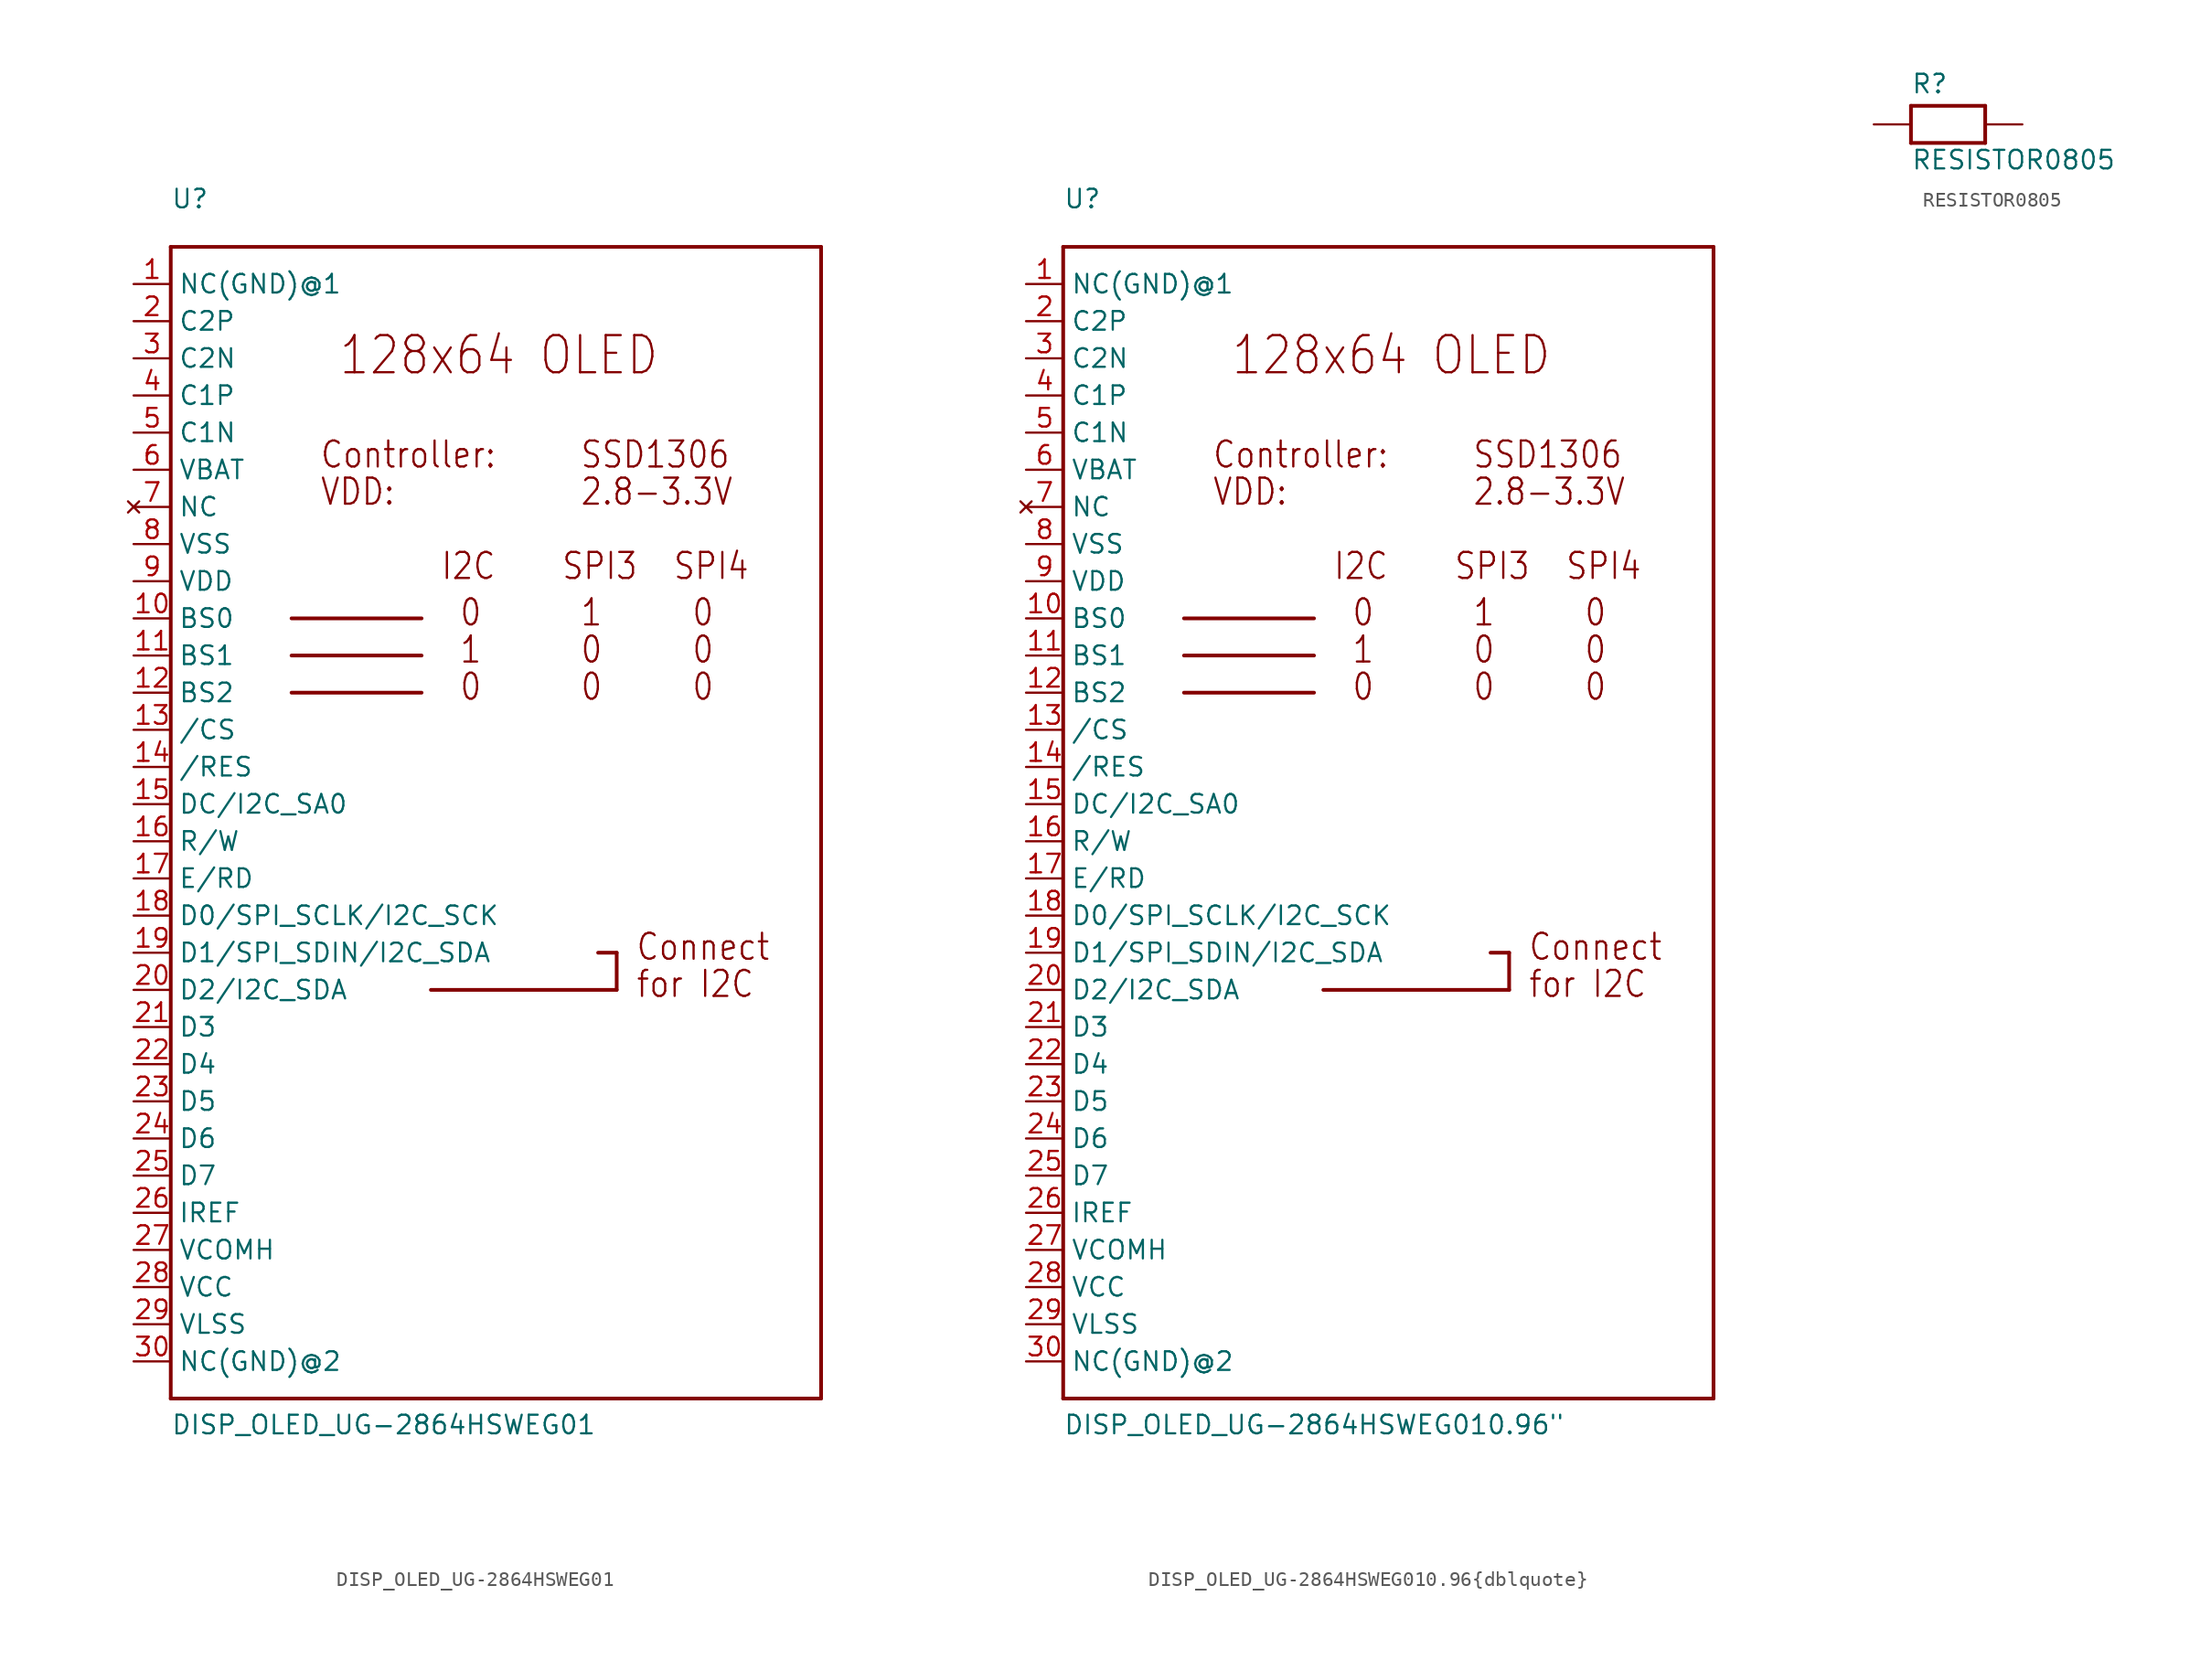
<source format=kicad_sym>
(kicad_symbol_lib
  (version 20211014)
  (generator kicad_symbol_editor)
  (symbol "DISP_OLED_UG-2864HSWEG01"
    (property "Reference" "U"
      (at -22.86 40.64 0)
      (effects (font (size 1.27 1.27)) (justify left bottom)))
    (property "Value" "DISP_OLED_UG-2864HSWEG01"
      (at -22.86 -43.18 0)
      (effects (font (size 1.27 1.27)) (justify left bottom)))
    (property "ki_locked" ""
      (at 0 0 0)
      (effects (font (size 1.27 1.27))))
    (symbol "DISP_OLED_UG-2864HSWEG01_1_0"
      (polyline (pts (xy -22.86 -40.64) (xy -22.86 38.1)) (stroke (width 0.254) (type default) (color 0 0 0 0)) (fill (type none)))
      (polyline (pts (xy -22.86 38.1) (xy 21.59 38.1)) (stroke (width 0.254) (type default) (color 0 0 0 0)) (fill (type none)))
      (polyline (pts (xy -14.605 7.62) (xy -5.715 7.62)) (stroke (width 0.254) (type default) (color 0 0 0 0)) (fill (type none)))
      (polyline (pts (xy -14.605 10.16) (xy -5.715 10.16)) (stroke (width 0.254) (type default) (color 0 0 0 0)) (fill (type none)))
      (polyline (pts (xy -14.605 12.7) (xy -5.715 12.7)) (stroke (width 0.254) (type default) (color 0 0 0 0)) (fill (type none)))
      (polyline (pts (xy 6.35 -10.16) (xy 7.62 -10.16)) (stroke (width 0.254) (type default) (color 0 0 0 0)) (fill (type none)))
      (polyline (pts (xy 7.62 -12.7) (xy -5.08 -12.7)) (stroke (width 0.254) (type default) (color 0 0 0 0)) (fill (type none)))
      (polyline (pts (xy 7.62 -10.16) (xy 7.62 -12.7)) (stroke (width 0.254) (type default) (color 0 0 0 0)) (fill (type none)))
      (polyline (pts (xy 21.59 -40.64) (xy -22.86 -40.64)) (stroke (width 0.254) (type default) (color 0 0 0 0)) (fill (type none)))
      (polyline (pts (xy 21.59 38.1) (xy 21.59 -40.64)) (stroke (width 0.254) (type default) (color 0 0 0 0)) (fill (type none)))
      (text "0" (at -3.175 6.985 0) (effects (font (size 1.778 1.511)) (justify left bottom)))
      (text "0" (at -3.175 12.065 0) (effects (font (size 1.778 1.511)) (justify left bottom)))
      (text "0" (at 5.08 6.985 0) (effects (font (size 1.778 1.511)) (justify left bottom)))
      (text "0" (at 5.08 9.525 0) (effects (font (size 1.778 1.511)) (justify left bottom)))
      (text "0" (at 12.7 6.985 0) (effects (font (size 1.778 1.511)) (justify left bottom)))
      (text "0" (at 12.7 9.525 0) (effects (font (size 1.778 1.511)) (justify left bottom)))
      (text "0" (at 12.7 12.065 0) (effects (font (size 1.778 1.511)) (justify left bottom)))
      (text "1" (at -3.175 9.525 0) (effects (font (size 1.778 1.511)) (justify left bottom)))
      (text "1" (at 5.08 12.065 0) (effects (font (size 1.778 1.511)) (justify left bottom)))
      (text "128x64 OLED" (at -11.43 29.21 0) (effects (font (size 2.54 2.159)) (justify left bottom)))
      (text "2.8-3.3V" (at 5.08 20.32 0) (effects (font (size 1.778 1.511)) (justify left bottom)))
      (text "Connect" (at 8.89 -10.795 0) (effects (font (size 1.778 1.511)) (justify left bottom)))
      (text "Controller:" (at -12.7 22.86 0) (effects (font (size 1.778 1.511)) (justify left bottom)))
      (text "for I2C" (at 8.89 -13.335 0) (effects (font (size 1.778 1.511)) (justify left bottom)))
      (text "I2C" (at -4.445 15.24 0) (effects (font (size 1.778 1.511)) (justify left bottom)))
      (text "SPI3" (at 3.81 15.24 0) (effects (font (size 1.778 1.511)) (justify left bottom)))
      (text "SPI4" (at 11.43 15.24 0) (effects (font (size 1.778 1.511)) (justify left bottom)))
      (text "SSD1306" (at 5.08 22.86 0) (effects (font (size 1.778 1.511)) (justify left bottom)))
      (text "VDD:" (at -12.7 20.32 0) (effects (font (size 1.778 1.511)) (justify left bottom)))
      (pin input line (at -25.4 35.56 0) (length 2.54) (name "NC(GND)@1" (effects (font (size 1.27 1.27)))) (number "1" (effects (font (size 1.27 1.27)))))
      (pin input line (at -25.4 12.7 0) (length 2.54) (name "BS0" (effects (font (size 1.27 1.27)))) (number "10" (effects (font (size 1.27 1.27)))))
      (pin input line (at -25.4 10.16 0) (length 2.54) (name "BS1" (effects (font (size 1.27 1.27)))) (number "11" (effects (font (size 1.27 1.27)))))
      (pin input line (at -25.4 7.62 0) (length 2.54) (name "BS2" (effects (font (size 1.27 1.27)))) (number "12" (effects (font (size 1.27 1.27)))))
      (pin input line (at -25.4 5.08 0) (length 2.54) (name "/CS" (effects (font (size 1.27 1.27)))) (number "13" (effects (font (size 1.27 1.27)))))
      (pin input line (at -25.4 2.54 0) (length 2.54) (name "/RES" (effects (font (size 1.27 1.27)))) (number "14" (effects (font (size 1.27 1.27)))))
      (pin input line (at -25.4 0 0) (length 2.54) (name "DC/I2C_SA0" (effects (font (size 1.27 1.27)))) (number "15" (effects (font (size 1.27 1.27)))))
      (pin input line (at -25.4 -2.54 0) (length 2.54) (name "R/W" (effects (font (size 1.27 1.27)))) (number "16" (effects (font (size 1.27 1.27)))))
      (pin input line (at -25.4 -5.08 0) (length 2.54) (name "E/RD" (effects (font (size 1.27 1.27)))) (number "17" (effects (font (size 1.27 1.27)))))
      (pin bidirectional line (at -25.4 -7.62 0) (length 2.54) (name "D0/SPI_SCLK/I2C_SCK" (effects (font (size 1.27 1.27)))) (number "18" (effects (font (size 1.27 1.27)))))
      (pin bidirectional line (at -25.4 -10.16 0) (length 2.54) (name "D1/SPI_SDIN/I2C_SDA" (effects (font (size 1.27 1.27)))) (number "19" (effects (font (size 1.27 1.27)))))
      (pin input line (at -25.4 33.02 0) (length 2.54) (name "C2P" (effects (font (size 1.27 1.27)))) (number "2" (effects (font (size 1.27 1.27)))))
      (pin bidirectional line (at -25.4 -12.7 0) (length 2.54) (name "D2/I2C_SDA" (effects (font (size 1.27 1.27)))) (number "20" (effects (font (size 1.27 1.27)))))
      (pin bidirectional line (at -25.4 -15.24 0) (length 2.54) (name "D3" (effects (font (size 1.27 1.27)))) (number "21" (effects (font (size 1.27 1.27)))))
      (pin bidirectional line (at -25.4 -17.78 0) (length 2.54) (name "D4" (effects (font (size 1.27 1.27)))) (number "22" (effects (font (size 1.27 1.27)))))
      (pin bidirectional line (at -25.4 -20.32 0) (length 2.54) (name "D5" (effects (font (size 1.27 1.27)))) (number "23" (effects (font (size 1.27 1.27)))))
      (pin bidirectional line (at -25.4 -22.86 0) (length 2.54) (name "D6" (effects (font (size 1.27 1.27)))) (number "24" (effects (font (size 1.27 1.27)))))
      (pin bidirectional line (at -25.4 -25.4 0) (length 2.54) (name "D7" (effects (font (size 1.27 1.27)))) (number "25" (effects (font (size 1.27 1.27)))))
      (pin input line (at -25.4 -27.94 0) (length 2.54) (name "IREF" (effects (font (size 1.27 1.27)))) (number "26" (effects (font (size 1.27 1.27)))))
      (pin output line (at -25.4 -30.48 0) (length 2.54) (name "VCOMH" (effects (font (size 1.27 1.27)))) (number "27" (effects (font (size 1.27 1.27)))))
      (pin power_in line (at -25.4 -33.02 0) (length 2.54) (name "VCC" (effects (font (size 1.27 1.27)))) (number "28" (effects (font (size 1.27 1.27)))))
      (pin power_in line (at -25.4 -35.56 0) (length 2.54) (name "VLSS" (effects (font (size 1.27 1.27)))) (number "29" (effects (font (size 1.27 1.27)))))
      (pin input line (at -25.4 30.48 0) (length 2.54) (name "C2N" (effects (font (size 1.27 1.27)))) (number "3" (effects (font (size 1.27 1.27)))))
      (pin input line (at -25.4 -38.1 0) (length 2.54) (name "NC(GND)@2" (effects (font (size 1.27 1.27)))) (number "30" (effects (font (size 1.27 1.27)))))
      (pin input line (at -25.4 27.94 0) (length 2.54) (name "C1P" (effects (font (size 1.27 1.27)))) (number "4" (effects (font (size 1.27 1.27)))))
      (pin input line (at -25.4 25.4 0) (length 2.54) (name "C1N" (effects (font (size 1.27 1.27)))) (number "5" (effects (font (size 1.27 1.27)))))
      (pin input line (at -25.4 22.86 0) (length 2.54) (name "VBAT" (effects (font (size 1.27 1.27)))) (number "6" (effects (font (size 1.27 1.27)))))
      (pin no_connect line (at -25.4 20.32 0) (length 2.54) (name "NC" (effects (font (size 1.27 1.27)))) (number "7" (effects (font (size 1.27 1.27)))))
      (pin power_in line (at -25.4 17.78 0) (length 2.54) (name "VSS" (effects (font (size 1.27 1.27)))) (number "8" (effects (font (size 1.27 1.27)))))
      (pin power_in line (at -25.4 15.24 0) (length 2.54) (name "VDD" (effects (font (size 1.27 1.27)))) (number "9" (effects (font (size 1.27 1.27)))))))
  (symbol "DISP_OLED_UG-2864HSWEG010.96{dblquote}"
    (property "Reference" "U"
      (at -22.86 40.64 0)
      (effects (font (size 1.27 1.27)) (justify left bottom)))
    (property "Value" "DISP_OLED_UG-2864HSWEG010.96{dblquote}"
      (at -22.86 -43.18 0)
      (effects (font (size 1.27 1.27)) (justify left bottom)))
    (property "ki_locked" ""
      (at 0 0 0)
      (effects (font (size 1.27 1.27))))
    (symbol "DISP_OLED_UG-2864HSWEG010.96{dblquote}_1_0"
      (polyline (pts (xy -22.86 -40.64) (xy -22.86 38.1)) (stroke (width 0.254) (type default) (color 0 0 0 0)) (fill (type none)))
      (polyline (pts (xy -22.86 38.1) (xy 21.59 38.1)) (stroke (width 0.254) (type default) (color 0 0 0 0)) (fill (type none)))
      (polyline (pts (xy -14.605 7.62) (xy -5.715 7.62)) (stroke (width 0.254) (type default) (color 0 0 0 0)) (fill (type none)))
      (polyline (pts (xy -14.605 10.16) (xy -5.715 10.16)) (stroke (width 0.254) (type default) (color 0 0 0 0)) (fill (type none)))
      (polyline (pts (xy -14.605 12.7) (xy -5.715 12.7)) (stroke (width 0.254) (type default) (color 0 0 0 0)) (fill (type none)))
      (polyline (pts (xy 6.35 -10.16) (xy 7.62 -10.16)) (stroke (width 0.254) (type default) (color 0 0 0 0)) (fill (type none)))
      (polyline (pts (xy 7.62 -12.7) (xy -5.08 -12.7)) (stroke (width 0.254) (type default) (color 0 0 0 0)) (fill (type none)))
      (polyline (pts (xy 7.62 -10.16) (xy 7.62 -12.7)) (stroke (width 0.254) (type default) (color 0 0 0 0)) (fill (type none)))
      (polyline (pts (xy 21.59 -40.64) (xy -22.86 -40.64)) (stroke (width 0.254) (type default) (color 0 0 0 0)) (fill (type none)))
      (polyline (pts (xy 21.59 38.1) (xy 21.59 -40.64)) (stroke (width 0.254) (type default) (color 0 0 0 0)) (fill (type none)))
      (text "0" (at -3.175 6.985 0) (effects (font (size 1.778 1.511)) (justify left bottom)))
      (text "0" (at -3.175 12.065 0) (effects (font (size 1.778 1.511)) (justify left bottom)))
      (text "0" (at 5.08 6.985 0) (effects (font (size 1.778 1.511)) (justify left bottom)))
      (text "0" (at 5.08 9.525 0) (effects (font (size 1.778 1.511)) (justify left bottom)))
      (text "0" (at 12.7 6.985 0) (effects (font (size 1.778 1.511)) (justify left bottom)))
      (text "0" (at 12.7 9.525 0) (effects (font (size 1.778 1.511)) (justify left bottom)))
      (text "0" (at 12.7 12.065 0) (effects (font (size 1.778 1.511)) (justify left bottom)))
      (text "1" (at -3.175 9.525 0) (effects (font (size 1.778 1.511)) (justify left bottom)))
      (text "1" (at 5.08 12.065 0) (effects (font (size 1.778 1.511)) (justify left bottom)))
      (text "128x64 OLED" (at -11.43 29.21 0) (effects (font (size 2.54 2.159)) (justify left bottom)))
      (text "2.8-3.3V" (at 5.08 20.32 0) (effects (font (size 1.778 1.511)) (justify left bottom)))
      (text "Connect" (at 8.89 -10.795 0) (effects (font (size 1.778 1.511)) (justify left bottom)))
      (text "Controller:" (at -12.7 22.86 0) (effects (font (size 1.778 1.511)) (justify left bottom)))
      (text "for I2C" (at 8.89 -13.335 0) (effects (font (size 1.778 1.511)) (justify left bottom)))
      (text "I2C" (at -4.445 15.24 0) (effects (font (size 1.778 1.511)) (justify left bottom)))
      (text "SPI3" (at 3.81 15.24 0) (effects (font (size 1.778 1.511)) (justify left bottom)))
      (text "SPI4" (at 11.43 15.24 0) (effects (font (size 1.778 1.511)) (justify left bottom)))
      (text "SSD1306" (at 5.08 22.86 0) (effects (font (size 1.778 1.511)) (justify left bottom)))
      (text "VDD:" (at -12.7 20.32 0) (effects (font (size 1.778 1.511)) (justify left bottom)))
      (pin input line (at -25.4 35.56 0) (length 2.54) (name "NC(GND)@1" (effects (font (size 1.27 1.27)))) (number "1" (effects (font (size 1.27 1.27)))))
      (pin input line (at -25.4 12.7 0) (length 2.54) (name "BS0" (effects (font (size 1.27 1.27)))) (number "10" (effects (font (size 1.27 1.27)))))
      (pin input line (at -25.4 10.16 0) (length 2.54) (name "BS1" (effects (font (size 1.27 1.27)))) (number "11" (effects (font (size 1.27 1.27)))))
      (pin input line (at -25.4 7.62 0) (length 2.54) (name "BS2" (effects (font (size 1.27 1.27)))) (number "12" (effects (font (size 1.27 1.27)))))
      (pin input line (at -25.4 5.08 0) (length 2.54) (name "/CS" (effects (font (size 1.27 1.27)))) (number "13" (effects (font (size 1.27 1.27)))))
      (pin input line (at -25.4 2.54 0) (length 2.54) (name "/RES" (effects (font (size 1.27 1.27)))) (number "14" (effects (font (size 1.27 1.27)))))
      (pin input line (at -25.4 0 0) (length 2.54) (name "DC/I2C_SA0" (effects (font (size 1.27 1.27)))) (number "15" (effects (font (size 1.27 1.27)))))
      (pin input line (at -25.4 -2.54 0) (length 2.54) (name "R/W" (effects (font (size 1.27 1.27)))) (number "16" (effects (font (size 1.27 1.27)))))
      (pin input line (at -25.4 -5.08 0) (length 2.54) (name "E/RD" (effects (font (size 1.27 1.27)))) (number "17" (effects (font (size 1.27 1.27)))))
      (pin bidirectional line (at -25.4 -7.62 0) (length 2.54) (name "D0/SPI_SCLK/I2C_SCK" (effects (font (size 1.27 1.27)))) (number "18" (effects (font (size 1.27 1.27)))))
      (pin bidirectional line (at -25.4 -10.16 0) (length 2.54) (name "D1/SPI_SDIN/I2C_SDA" (effects (font (size 1.27 1.27)))) (number "19" (effects (font (size 1.27 1.27)))))
      (pin input line (at -25.4 33.02 0) (length 2.54) (name "C2P" (effects (font (size 1.27 1.27)))) (number "2" (effects (font (size 1.27 1.27)))))
      (pin bidirectional line (at -25.4 -12.7 0) (length 2.54) (name "D2/I2C_SDA" (effects (font (size 1.27 1.27)))) (number "20" (effects (font (size 1.27 1.27)))))
      (pin bidirectional line (at -25.4 -15.24 0) (length 2.54) (name "D3" (effects (font (size 1.27 1.27)))) (number "21" (effects (font (size 1.27 1.27)))))
      (pin bidirectional line (at -25.4 -17.78 0) (length 2.54) (name "D4" (effects (font (size 1.27 1.27)))) (number "22" (effects (font (size 1.27 1.27)))))
      (pin bidirectional line (at -25.4 -20.32 0) (length 2.54) (name "D5" (effects (font (size 1.27 1.27)))) (number "23" (effects (font (size 1.27 1.27)))))
      (pin bidirectional line (at -25.4 -22.86 0) (length 2.54) (name "D6" (effects (font (size 1.27 1.27)))) (number "24" (effects (font (size 1.27 1.27)))))
      (pin bidirectional line (at -25.4 -25.4 0) (length 2.54) (name "D7" (effects (font (size 1.27 1.27)))) (number "25" (effects (font (size 1.27 1.27)))))
      (pin input line (at -25.4 -27.94 0) (length 2.54) (name "IREF" (effects (font (size 1.27 1.27)))) (number "26" (effects (font (size 1.27 1.27)))))
      (pin output line (at -25.4 -30.48 0) (length 2.54) (name "VCOMH" (effects (font (size 1.27 1.27)))) (number "27" (effects (font (size 1.27 1.27)))))
      (pin power_in line (at -25.4 -33.02 0) (length 2.54) (name "VCC" (effects (font (size 1.27 1.27)))) (number "28" (effects (font (size 1.27 1.27)))))
      (pin power_in line (at -25.4 -35.56 0) (length 2.54) (name "VLSS" (effects (font (size 1.27 1.27)))) (number "29" (effects (font (size 1.27 1.27)))))
      (pin input line (at -25.4 30.48 0) (length 2.54) (name "C2N" (effects (font (size 1.27 1.27)))) (number "3" (effects (font (size 1.27 1.27)))))
      (pin input line (at -25.4 -38.1 0) (length 2.54) (name "NC(GND)@2" (effects (font (size 1.27 1.27)))) (number "30" (effects (font (size 1.27 1.27)))))
      (pin input line (at -25.4 27.94 0) (length 2.54) (name "C1P" (effects (font (size 1.27 1.27)))) (number "4" (effects (font (size 1.27 1.27)))))
      (pin input line (at -25.4 25.4 0) (length 2.54) (name "C1N" (effects (font (size 1.27 1.27)))) (number "5" (effects (font (size 1.27 1.27)))))
      (pin input line (at -25.4 22.86 0) (length 2.54) (name "VBAT" (effects (font (size 1.27 1.27)))) (number "6" (effects (font (size 1.27 1.27)))))
      (pin no_connect line (at -25.4 20.32 0) (length 2.54) (name "NC" (effects (font (size 1.27 1.27)))) (number "7" (effects (font (size 1.27 1.27)))))
      (pin power_in line (at -25.4 17.78 0) (length 2.54) (name "VSS" (effects (font (size 1.27 1.27)))) (number "8" (effects (font (size 1.27 1.27)))))
      (pin power_in line (at -25.4 15.24 0) (length 2.54) (name "VDD" (effects (font (size 1.27 1.27)))) (number "9" (effects (font (size 1.27 1.27)))))))
  (symbol "RESISTOR0805"
    (property "Reference" "R"
      (at -2.54 2.032 0)
      (effects (font (size 1.27 1.27)) (justify left bottom)))
    (property "Value" "RESISTOR0805"
      (at -2.54 -3.175 0)
      (effects (font (size 1.27 1.27)) (justify left bottom)))
    (property "ki_locked" ""
      (at 0 0 0)
      (effects (font (size 1.27 1.27))))
    (symbol "RESISTOR0805_1_0"
      (polyline (pts (xy -2.54 -1.27) (xy -2.54 1.27)) (stroke (width 0.254) (type default) (color 0 0 0 0)) (fill (type none)))
      (polyline (pts (xy -2.54 1.27) (xy 2.54 1.27)) (stroke (width 0.254) (type default) (color 0 0 0 0)) (fill (type none)))
      (polyline (pts (xy 2.54 -1.27) (xy -2.54 -1.27)) (stroke (width 0.254) (type default) (color 0 0 0 0)) (fill (type none)))
      (polyline (pts (xy 2.54 1.27) (xy 2.54 -1.27)) (stroke (width 0.254) (type default) (color 0 0 0 0)) (fill (type none)))
      (pin passive line (at -5.08 0 0) (length 2.54) (name "1" (effects (font (size 0 0)))) (number "1" (effects (font (size 0 0)))))
      (pin passive line (at 5.08 0 180) (length 2.54) (name "2" (effects (font (size 0 0)))) (number "2" (effects (font (size 0 0))))))))
</source>
